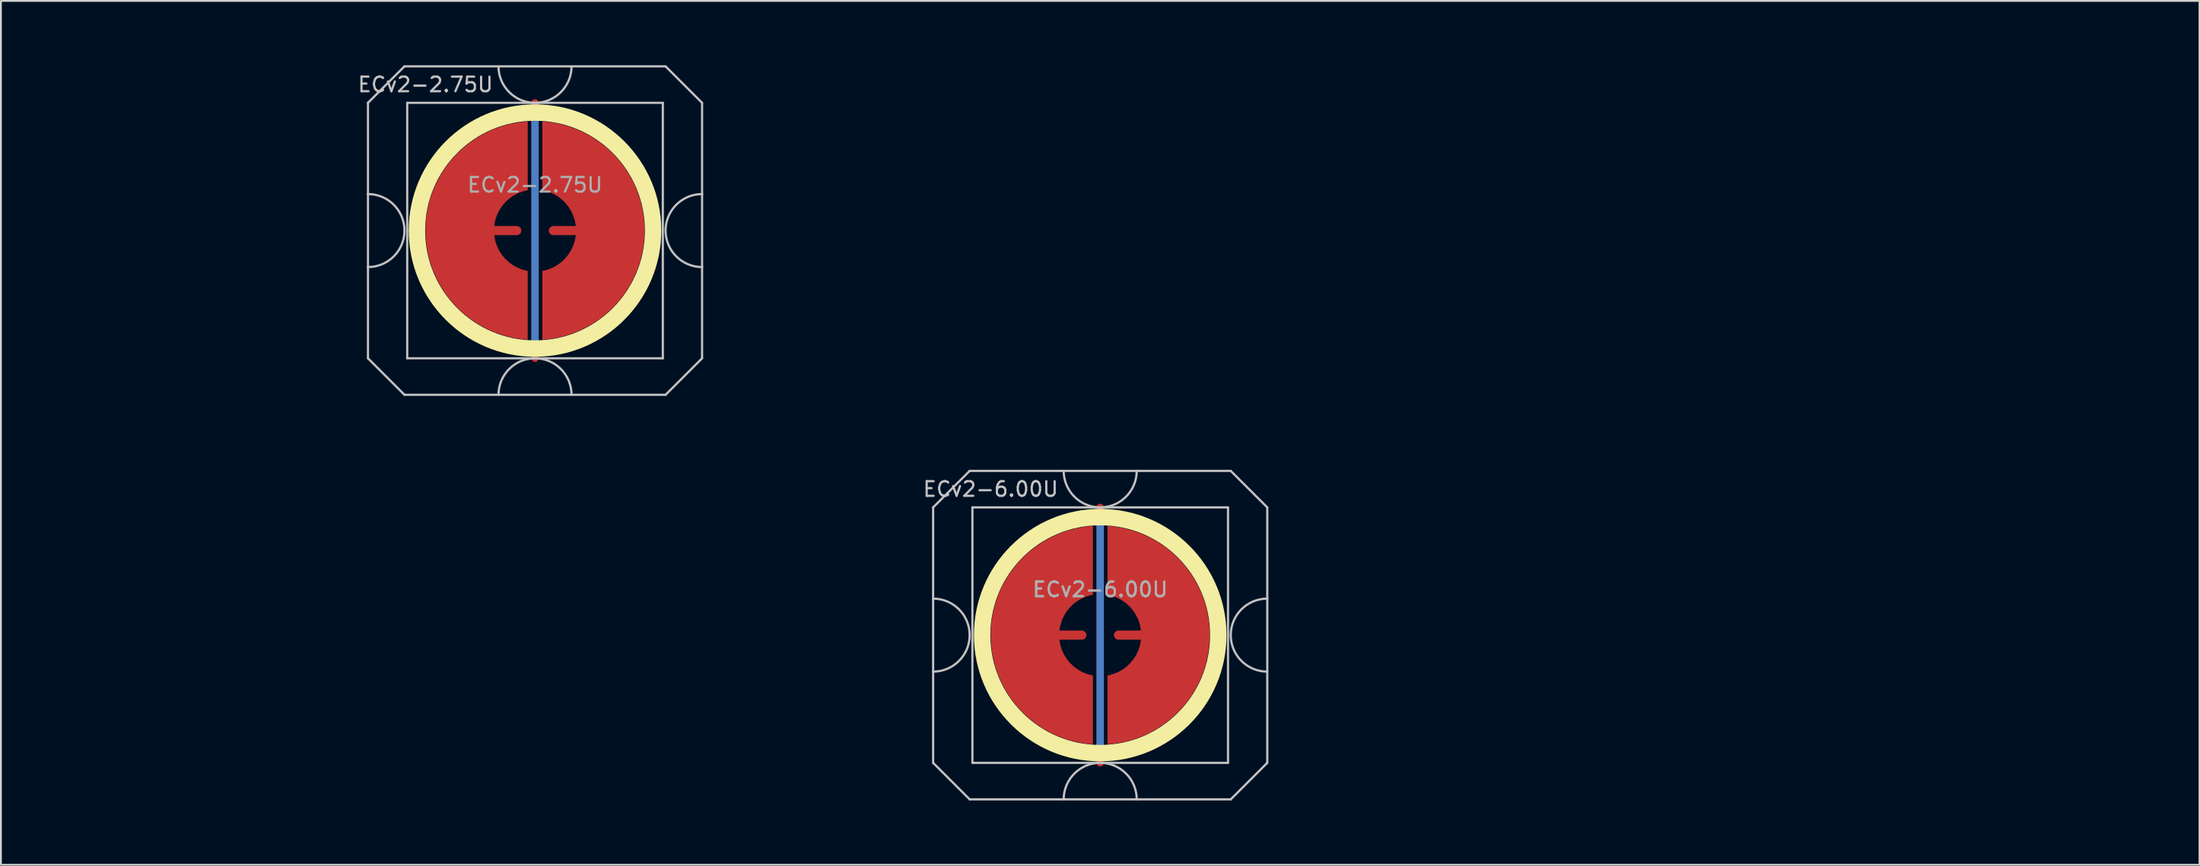
<source format=kicad_pcb>
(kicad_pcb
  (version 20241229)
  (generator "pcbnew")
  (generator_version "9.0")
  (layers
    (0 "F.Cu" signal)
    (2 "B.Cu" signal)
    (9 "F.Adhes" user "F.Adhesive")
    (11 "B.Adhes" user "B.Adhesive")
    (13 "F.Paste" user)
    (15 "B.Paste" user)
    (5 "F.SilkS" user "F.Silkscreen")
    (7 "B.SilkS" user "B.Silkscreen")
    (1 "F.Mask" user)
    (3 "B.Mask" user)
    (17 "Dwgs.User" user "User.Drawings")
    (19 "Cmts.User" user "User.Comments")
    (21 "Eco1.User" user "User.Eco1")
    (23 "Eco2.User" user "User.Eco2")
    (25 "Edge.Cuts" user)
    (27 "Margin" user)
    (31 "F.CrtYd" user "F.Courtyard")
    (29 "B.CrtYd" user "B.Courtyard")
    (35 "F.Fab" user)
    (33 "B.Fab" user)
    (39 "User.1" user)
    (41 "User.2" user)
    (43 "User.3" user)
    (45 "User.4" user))
  (footprint "ECv2-2.75U"
    (layer "F.Cu")
    (at 26.254 9.585)
    (property "Reference" "ECv2-2.75U" (at -6 -8 0) (layer "Dwgs.User") (effects (font (size 0.8 0.8) (thickness 0.12))))
    (attr smd exclude_from_pos_files exclude_from_bom)
    (fp_circle (center 0 0) (end 6.467 0) (stroke (width 0.9) (type solid)) (fill no) (layer "F.SilkS"))
    (fp_line (start -9.15 -7) (end -9.15 -2) (stroke (width 0.12) (type solid)) (layer "Dwgs.User"))
    (fp_line (start -9.15 -2) (end -9.15 2) (stroke (width 0.12) (type solid)) (layer "Dwgs.User"))
    (fp_line (start -9.15 2) (end -9.15 7) (stroke (width 0.12) (type solid)) (layer "Dwgs.User"))
    (fp_line (start -9.15 7) (end -7.15 9) (stroke (width 0.12) (type solid)) (layer "Dwgs.User"))
    (fp_line (start -7.15 -9) (end -9.15 -7) (stroke (width 0.12) (type solid)) (layer "Dwgs.User"))
    (fp_line (start -7.15 9) (end 7.15 9) (stroke (width 0.12) (type solid)) (layer "Dwgs.User"))
    (fp_line (start -7 -7) (end -7 7) (stroke (width 0.12) (type solid)) (layer "Dwgs.User"))
    (fp_line (start -7 7) (end 7 7) (stroke (width 0.12) (type solid)) (layer "Dwgs.User"))
    (fp_line (start 7 -7) (end -7 -7) (stroke (width 0.12) (type solid)) (layer "Dwgs.User"))
    (fp_line (start 7 7) (end 7 -7) (stroke (width 0.12) (type solid)) (layer "Dwgs.User"))
    (fp_line (start 7.15 -9) (end -7.15 -9) (stroke (width 0.12) (type solid)) (layer "Dwgs.User"))
    (fp_line (start 7.15 -9) (end 9.15 -7) (stroke (width 0.12) (type solid)) (layer "Dwgs.User"))
    (fp_line (start 7.15 9) (end 9.15 7) (stroke (width 0.12) (type solid)) (layer "Dwgs.User"))
    (fp_line (start 9.15 -2) (end 9.15 -7) (stroke (width 0.12) (type solid)) (layer "Dwgs.User"))
    (fp_line (start 9.15 -2) (end 9.15 2) (stroke (width 0.12) (type solid)) (layer "Dwgs.User"))
    (fp_line (start 9.15 7) (end 9.15 2) (stroke (width 0.12) (type solid)) (layer "Dwgs.User"))
    (fp_arc (start -9.15 -2) (mid -7.15 0) (end -9.15 2) (stroke (width 0.12) (type solid)) (layer "Dwgs.User"))
    (fp_arc (start -2 9) (mid 0 7) (end 2 9) (stroke (width 0.12) (type solid)) (layer "Dwgs.User"))
    (fp_arc (start 2 -9) (mid 0 -7) (end -2 -9) (stroke (width 0.12) (type solid)) (layer "Dwgs.User"))
    (fp_arc (start 9.15 2) (mid 7.15 0) (end 9.15 -2) (stroke (width 0.12) (type solid)) (layer "Dwgs.User"))
    (fp_line (start -26.194 -9.525) (end -26.194 9.525) (stroke (width 0.12) (type solid)) (layer "User.2"))
    (fp_line (start -26.194 -9.525) (end 26.194 -9.525) (stroke (width 0.12) (type solid)) (layer "User.2"))
    (fp_line (start -26.194 9.525) (end 26.194 9.525) (stroke (width 0.12) (type solid)) (layer "User.2"))
    (fp_line (start 26.194 -9.525) (end 26.194 9.525) (stroke (width 0.12) (type solid)) (layer "User.2"))
    (fp_text user "${REFERENCE}" (at 0 -2.5 0) (layer "F.Fab") (effects (font (size 0.8 0.8) (thickness 0.12))))
    (pad "1" smd custom (at -1 0) (size 0.4 0.4) (layers "F.Cu") (options (anchor circle)) (primitives (gr_poly (pts (xy 0.6 -2.214) (xy 0.32 -2.145) (xy 0.052 -2.041) (xy -0.201 -1.903) (xy -0.434 -1.734) (xy -0.644 -1.536) (xy -0.826 -1.314) (xy -0.979 -1.07) (xy -1.1 -0.808) (xy -1.186 -0.534) (xy -1.236 -0.25) (xy 0 -0.25) (xy 0.096 -0.231) (xy 0.177 -0.177) (xy 0.231 -0.096) (xy 0.25 0) (xy 0.231 0.096) (xy 0.177 0.177) (xy 0.096 0.231) (xy 0 0.25) (xy -1.236 0.25) (xy -1.186 0.534) (xy -1.1 0.808) (xy -0.979 1.07) (xy -0.826 1.314) (xy -0.644 1.536) (xy -0.434 1.734) (xy -0.201 1.903) (xy 0.052 2.041) (xy 0.32 2.145) (xy 0.6 2.214) (xy 0.6 5.987) (xy 0.115 5.934) (xy -0.364 5.843) (xy -0.834 5.713) (xy -1.292 5.545) (xy -1.735 5.341) (xy -2.159 5.101) (xy -2.563 4.827) (xy -2.943 4.522) (xy -3.298 4.187) (xy -3.623 3.824) (xy -3.919 3.436) (xy -4.182 3.025) (xy -4.41 2.594) (xy -4.603 2.147) (xy -4.759 1.684) (xy -4.876 1.211) (xy -4.955 0.73) (xy -4.995 0.244) (xy -4.995 -0.244) (xy -4.955 -0.73) (xy -4.876 -1.211) (xy -4.759 -1.684) (xy -4.603 -2.147) (xy -4.41 -2.594) (xy -4.182 -3.025) (xy -3.919 -3.436) (xy -3.623 -3.824) (xy -3.298 -4.187) (xy -2.943 -4.522) (xy -2.563 -4.827) (xy -2.159 -5.101) (xy -1.735 -5.341) (xy -1.292 -5.545) (xy -0.834 -5.713) (xy -0.364 -5.843) (xy 0.115 -5.934) (xy 0.6 -5.987)) (width 0) (fill yes))))
    (pad "2" smd custom (at 1 0 180) (size 0.4 0.4) (layers "F.Cu") (options (anchor circle)) (primitives (gr_poly (pts (xy 0.6 -2.214) (xy 0.32 -2.145) (xy 0.052 -2.041) (xy -0.201 -1.903) (xy -0.434 -1.734) (xy -0.644 -1.536) (xy -0.826 -1.314) (xy -0.979 -1.07) (xy -1.1 -0.808) (xy -1.186 -0.534) (xy -1.236 -0.25) (xy 0 -0.25) (xy 0.096 -0.231) (xy 0.177 -0.177) (xy 0.231 -0.096) (xy 0.25 0) (xy 0.231 0.096) (xy 0.177 0.177) (xy 0.096 0.231) (xy 0 0.25) (xy -1.236 0.25) (xy -1.186 0.534) (xy -1.1 0.808) (xy -0.979 1.07) (xy -0.826 1.314) (xy -0.644 1.536) (xy -0.434 1.734) (xy -0.201 1.903) (xy 0.052 2.041) (xy 0.32 2.145) (xy 0.6 2.214) (xy 0.6 5.987) (xy 0.115 5.934) (xy -0.364 5.843) (xy -0.834 5.713) (xy -1.292 5.545) (xy -1.735 5.341) (xy -2.159 5.101) (xy -2.563 4.827) (xy -2.943 4.522) (xy -3.298 4.187) (xy -3.623 3.824) (xy -3.919 3.436) (xy -4.182 3.025) (xy -4.41 2.594) (xy -4.603 2.147) (xy -4.759 1.684) (xy -4.876 1.211) (xy -4.955 0.73) (xy -4.995 0.244) (xy -4.995 -0.244) (xy -4.955 -0.73) (xy -4.876 -1.211) (xy -4.759 -1.684) (xy -4.603 -2.147) (xy -4.41 -2.594) (xy -4.182 -3.025) (xy -3.919 -3.436) (xy -3.623 -3.824) (xy -3.298 -4.187) (xy -2.943 -4.522) (xy -2.563 -4.827) (xy -2.159 -5.101) (xy -1.735 -5.341) (xy -1.292 -5.545) (xy -0.834 -5.713) (xy -0.364 -5.843) (xy 0.115 -5.934) (xy 0.6 -5.987)) (width 0) (fill yes))))
    (pad "3" smd custom (at 0 0) (size 0.4 0.4) (layers "F.Cu") (options (anchor rect)) (primitives (gr_line (start 0 -7) (end 0 7) (width 0.4))))
    (pad "3" smd custom (at 0 0) (size 0.4 0.4) (layers "B.Cu") (options (anchor rect)) (primitives (gr_line (start 0 -6.5) (end 0 6.5) (width 0.4))))
    (zone (net_name "") (layer "F.Cu") (hatch edge 0.508) (connect_pads) (min_thickness 0.254) (filled_areas_thickness no) (keepout (tracks allowed) (vias allowed) (pads allowed) (copperpour not_allowed) (footprints allowed)) (placement (enabled no)) (fill) (polygon (pts (xy 33.259 9.585) (xy 33.24 9.072) (xy 33.184 8.562) (xy 33.09 8.057) (xy 32.96 7.56) (xy 32.793 7.075) (xy 32.592 6.602) (xy 32.357 6.146) (xy 32.088 5.709) (xy 31.789 5.292) (xy 31.459 4.898) (xy 31.102 4.529) (xy 30.719 4.188) (xy 30.312 3.875) (xy 29.882 3.593) (xy 29.434 3.344) (xy 28.968 3.127) (xy 28.488 2.946) (xy 27.996 2.8) (xy 27.494 2.691) (xy 26.986 2.618) (xy 26.474 2.584) (xy 25.96 2.586) (xy 25.449 2.627) (xy 24.941 2.704) (xy 24.441 2.819) (xy 23.95 2.97) (xy 23.472 3.156) (xy 23.008 3.377) (xy 22.562 3.632) (xy 22.136 3.918) (xy 21.732 4.235) (xy 21.353 4.58) (xy 20.999 4.953) (xy 20.674 5.35) (xy 20.379 5.77) (xy 20.115 6.21) (xy 19.885 6.669) (xy 19.688 7.143) (xy 19.527 7.631) (xy 19.402 8.129) (xy 19.314 8.634) (xy 19.263 9.145) (xy 19.249 9.658) (xy 19.273 10.171) (xy 19.335 10.681) (xy 19.434 11.185) (xy 19.569 11.68) (xy 19.741 12.164) (xy 19.947 12.634) (xy 20.187 13.087) (xy 20.46 13.522) (xy 20.764 13.936) (xy 21.097 14.326) (xy 21.459 14.691) (xy 21.845 15.029) (xy 22.256 15.337) (xy 22.688 15.614) (xy 23.139 15.859) (xy 23.607 16.071) (xy 24.089 16.247) (xy 24.583 16.388) (xy 25.086 16.492) (xy 25.595 16.559) (xy 26.107 16.588) (xy 26.62 16.58) (xy 27.132 16.535) (xy 27.638 16.452) (xy 28.138 16.332) (xy 28.627 16.176) (xy 29.103 15.984) (xy 29.564 15.758) (xy 30.007 15.499) (xy 30.43 15.209) (xy 30.831 14.888) (xy 31.207 14.538) (xy 31.556 14.162) (xy 31.877 13.761) (xy 32.168 13.338) (xy 32.427 12.895) (xy 32.653 12.434) (xy 32.845 11.958) (xy 33.001 11.469) (xy 33.12 10.97) (xy 33.203 10.463) (xy 33.249 9.952))))
    (zone (net_name "") (layer "B.Cu") (hatch edge 0.508) (connect_pads) (min_thickness 0.254) (filled_areas_thickness no) (keepout (tracks allowed) (vias allowed) (pads allowed) (copperpour not_allowed) (footprints allowed)) (placement (enabled no)) (fill) (polygon (pts (xy 32.812 9.585) (xy 32.792 9.07) (xy 32.731 8.559) (xy 32.631 8.054) (xy 32.491 7.558) (xy 32.313 7.075) (xy 32.097 6.608) (xy 31.846 6.158) (xy 31.559 5.73) (xy 31.241 5.326) (xy 30.891 4.948) (xy 30.513 4.598) (xy 30.109 4.279) (xy 29.68 3.993) (xy 29.231 3.742) (xy 28.763 3.526) (xy 28.28 3.348) (xy 27.785 3.208) (xy 27.28 3.107) (xy 26.768 3.047) (xy 26.254 3.027) (xy 25.739 3.047) (xy 25.228 3.107) (xy 24.723 3.208) (xy 24.227 3.348) (xy 23.744 3.526) (xy 23.276 3.742) (xy 22.827 3.993) (xy 22.399 4.279) (xy 21.995 4.598) (xy 21.616 4.948) (xy 21.267 5.326) (xy 20.948 5.73) (xy 20.662 6.158) (xy 20.41 6.608) (xy 20.195 7.075) (xy 20.016 7.558) (xy 19.877 8.054) (xy 19.776 8.559) (xy 19.716 9.07) (xy 19.695 9.585) (xy 19.716 10.1) (xy 19.776 10.611) (xy 19.877 11.116) (xy 20.016 11.612) (xy 20.195 12.095) (xy 20.41 12.562) (xy 20.662 13.012) (xy 20.948 13.44) (xy 21.267 13.844) (xy 21.616 14.222) (xy 21.995 14.572) (xy 22.399 14.891) (xy 22.827 15.177) (xy 23.276 15.428) (xy 23.744 15.644) (xy 24.227 15.822) (xy 24.723 15.962) (xy 25.228 16.063) (xy 25.739 16.123) (xy 26.254 16.143) (xy 26.768 16.123) (xy 27.28 16.063) (xy 27.785 15.962) (xy 28.28 15.822) (xy 28.763 15.644) (xy 29.231 15.428) (xy 29.68 15.177) (xy 30.109 14.891) (xy 30.513 14.572) (xy 30.891 14.222) (xy 31.241 13.844) (xy 31.559 13.44) (xy 31.846 13.012) (xy 32.097 12.562) (xy 32.313 12.095) (xy 32.491 11.612) (xy 32.631 11.116) (xy 32.731 10.611) (xy 32.792 10.1)))))
  (footprint "ECv2-6.00U"
    (layer "F.Cu")
    (at 57.21 31.755)
    (property "Reference" "ECv2-6.00U" (at -6 -8 0) (layer "Dwgs.User") (effects (font (size 0.8 0.8) (thickness 0.12))))
    (attr smd exclude_from_pos_files exclude_from_bom)
    (fp_circle (center 0 0) (end 6.467 0) (stroke (width 0.9) (type solid)) (fill no) (layer "F.SilkS"))
    (fp_line (start -9.15 -7) (end -9.15 -2) (stroke (width 0.12) (type solid)) (layer "Dwgs.User"))
    (fp_line (start -9.15 -2) (end -9.15 2) (stroke (width 0.12) (type solid)) (layer "Dwgs.User"))
    (fp_line (start -9.15 2) (end -9.15 7) (stroke (width 0.12) (type solid)) (layer "Dwgs.User"))
    (fp_line (start -9.15 7) (end -7.15 9) (stroke (width 0.12) (type solid)) (layer "Dwgs.User"))
    (fp_line (start -7.15 -9) (end -9.15 -7) (stroke (width 0.12) (type solid)) (layer "Dwgs.User"))
    (fp_line (start -7.15 9) (end 7.15 9) (stroke (width 0.12) (type solid)) (layer "Dwgs.User"))
    (fp_line (start -7 -7) (end -7 7) (stroke (width 0.12) (type solid)) (layer "Dwgs.User"))
    (fp_line (start -7 7) (end 7 7) (stroke (width 0.12) (type solid)) (layer "Dwgs.User"))
    (fp_line (start 7 -7) (end -7 -7) (stroke (width 0.12) (type solid)) (layer "Dwgs.User"))
    (fp_line (start 7 7) (end 7 -7) (stroke (width 0.12) (type solid)) (layer "Dwgs.User"))
    (fp_line (start 7.15 -9) (end -7.15 -9) (stroke (width 0.12) (type solid)) (layer "Dwgs.User"))
    (fp_line (start 7.15 -9) (end 9.15 -7) (stroke (width 0.12) (type solid)) (layer "Dwgs.User"))
    (fp_line (start 7.15 9) (end 9.15 7) (stroke (width 0.12) (type solid)) (layer "Dwgs.User"))
    (fp_line (start 9.15 -2) (end 9.15 -7) (stroke (width 0.12) (type solid)) (layer "Dwgs.User"))
    (fp_line (start 9.15 -2) (end 9.15 2) (stroke (width 0.12) (type solid)) (layer "Dwgs.User"))
    (fp_line (start 9.15 7) (end 9.15 2) (stroke (width 0.12) (type solid)) (layer "Dwgs.User"))
    (fp_arc (start -9.15 -2) (mid -7.15 0) (end -9.15 2) (stroke (width 0.12) (type solid)) (layer "Dwgs.User"))
    (fp_arc (start -2 9) (mid 0 7) (end 2 9) (stroke (width 0.12) (type solid)) (layer "Dwgs.User"))
    (fp_arc (start 2 -9) (mid 0 -7) (end -2 -9) (stroke (width 0.12) (type solid)) (layer "Dwgs.User"))
    (fp_arc (start 9.15 2) (mid 7.15 0) (end 9.15 -2) (stroke (width 0.12) (type solid)) (layer "Dwgs.User"))
    (fp_line (start -57.15 -9.525) (end -57.15 9.525) (stroke (width 0.12) (type solid)) (layer "User.2"))
    (fp_line (start -57.15 -9.525) (end 57.15 -9.525) (stroke (width 0.12) (type solid)) (layer "User.2"))
    (fp_line (start -57.15 9.525) (end 57.15 9.525) (stroke (width 0.12) (type solid)) (layer "User.2"))
    (fp_line (start 57.15 -9.525) (end 57.15 9.525) (stroke (width 0.12) (type solid)) (layer "User.2"))
    (fp_text user "${REFERENCE}" (at 0 -2.5 0) (layer "F.Fab") (effects (font (size 0.8 0.8) (thickness 0.12))))
    (fp_text user "${REFERENCE}" (at 0 -2.5 0) (layer "F.Fab") (effects (font (size 0.8 0.8) (thickness 0.12))))
    (pad "1" smd custom (at -1 0) (size 0.4 0.4) (layers "F.Cu") (options (anchor circle)) (primitives (gr_poly (pts (xy 0.6 -2.214) (xy 0.32 -2.145) (xy 0.052 -2.041) (xy -0.201 -1.903) (xy -0.434 -1.734) (xy -0.644 -1.536) (xy -0.826 -1.314) (xy -0.979 -1.07) (xy -1.1 -0.808) (xy -1.186 -0.534) (xy -1.236 -0.25) (xy 0 -0.25) (xy 0.096 -0.231) (xy 0.177 -0.177) (xy 0.231 -0.096) (xy 0.25 0) (xy 0.231 0.096) (xy 0.177 0.177) (xy 0.096 0.231) (xy 0 0.25) (xy -1.236 0.25) (xy -1.186 0.534) (xy -1.1 0.808) (xy -0.979 1.07) (xy -0.826 1.314) (xy -0.644 1.536) (xy -0.434 1.734) (xy -0.201 1.903) (xy 0.052 2.041) (xy 0.32 2.145) (xy 0.6 2.214) (xy 0.6 5.987) (xy 0.115 5.934) (xy -0.364 5.843) (xy -0.834 5.713) (xy -1.292 5.545) (xy -1.735 5.341) (xy -2.159 5.101) (xy -2.563 4.827) (xy -2.943 4.522) (xy -3.298 4.187) (xy -3.623 3.824) (xy -3.919 3.436) (xy -4.182 3.025) (xy -4.41 2.594) (xy -4.603 2.147) (xy -4.759 1.684) (xy -4.876 1.211) (xy -4.955 0.73) (xy -4.995 0.244) (xy -4.995 -0.244) (xy -4.955 -0.73) (xy -4.876 -1.211) (xy -4.759 -1.684) (xy -4.603 -2.147) (xy -4.41 -2.594) (xy -4.182 -3.025) (xy -3.919 -3.436) (xy -3.623 -3.824) (xy -3.298 -4.187) (xy -2.943 -4.522) (xy -2.563 -4.827) (xy -2.159 -5.101) (xy -1.735 -5.341) (xy -1.292 -5.545) (xy -0.834 -5.713) (xy -0.364 -5.843) (xy 0.115 -5.934) (xy 0.6 -5.987)) (width 0) (fill yes))))
    (pad "2" smd custom (at 1 0 180) (size 0.4 0.4) (layers "F.Cu") (options (anchor circle)) (primitives (gr_poly (pts (xy 0.6 -2.214) (xy 0.32 -2.145) (xy 0.052 -2.041) (xy -0.201 -1.903) (xy -0.434 -1.734) (xy -0.644 -1.536) (xy -0.826 -1.314) (xy -0.979 -1.07) (xy -1.1 -0.808) (xy -1.186 -0.534) (xy -1.236 -0.25) (xy 0 -0.25) (xy 0.096 -0.231) (xy 0.177 -0.177) (xy 0.231 -0.096) (xy 0.25 0) (xy 0.231 0.096) (xy 0.177 0.177) (xy 0.096 0.231) (xy 0 0.25) (xy -1.236 0.25) (xy -1.186 0.534) (xy -1.1 0.808) (xy -0.979 1.07) (xy -0.826 1.314) (xy -0.644 1.536) (xy -0.434 1.734) (xy -0.201 1.903) (xy 0.052 2.041) (xy 0.32 2.145) (xy 0.6 2.214) (xy 0.6 5.987) (xy 0.115 5.934) (xy -0.364 5.843) (xy -0.834 5.713) (xy -1.292 5.545) (xy -1.735 5.341) (xy -2.159 5.101) (xy -2.563 4.827) (xy -2.943 4.522) (xy -3.298 4.187) (xy -3.623 3.824) (xy -3.919 3.436) (xy -4.182 3.025) (xy -4.41 2.594) (xy -4.603 2.147) (xy -4.759 1.684) (xy -4.876 1.211) (xy -4.955 0.73) (xy -4.995 0.244) (xy -4.995 -0.244) (xy -4.955 -0.73) (xy -4.876 -1.211) (xy -4.759 -1.684) (xy -4.603 -2.147) (xy -4.41 -2.594) (xy -4.182 -3.025) (xy -3.919 -3.436) (xy -3.623 -3.824) (xy -3.298 -4.187) (xy -2.943 -4.522) (xy -2.563 -4.827) (xy -2.159 -5.101) (xy -1.735 -5.341) (xy -1.292 -5.545) (xy -0.834 -5.713) (xy -0.364 -5.843) (xy 0.115 -5.934) (xy 0.6 -5.987)) (width 0) (fill yes))))
    (pad "3" smd custom (at 0 0) (size 0.4 0.4) (layers "F.Cu") (options (anchor rect)) (primitives (gr_line (start 0 -7) (end 0 7) (width 0.4))))
    (pad "3" smd custom (at 0 0) (size 0.4 0.4) (layers "B.Cu") (options (anchor rect)) (primitives (gr_line (start 0 -6.5) (end 0 6.5) (width 0.4))))
    (zone (net_name "") (layer "F.Cu") (hatch edge 0.508) (connect_pads) (min_thickness 0.254) (filled_areas_thickness no) (keepout (tracks allowed) (vias allowed) (pads allowed) (copperpour not_allowed) (footprints allowed)) (placement (enabled no)) (fill) (polygon (pts (xy 64.215 31.755) (xy 64.196 31.242) (xy 64.14 30.732) (xy 64.046 30.227) (xy 63.916 29.73) (xy 63.75 29.245) (xy 63.548 28.772) (xy 63.313 28.316) (xy 63.045 27.879) (xy 62.745 27.462) (xy 62.416 27.068) (xy 62.058 26.699) (xy 61.675 26.358) (xy 61.268 26.045) (xy 60.839 25.763) (xy 60.39 25.514) (xy 59.925 25.297) (xy 59.444 25.116) (xy 58.952 24.97) (xy 58.45 24.861) (xy 57.942 24.788) (xy 57.43 24.754) (xy 56.917 24.756) (xy 56.405 24.797) (xy 55.897 24.874) (xy 55.397 24.989) (xy 54.906 25.14) (xy 54.428 25.326) (xy 53.965 25.547) (xy 53.519 25.802) (xy 53.093 26.088) (xy 52.689 26.405) (xy 52.309 26.75) (xy 51.956 27.123) (xy 51.63 27.52) (xy 51.335 27.94) (xy 51.072 28.38) (xy 50.841 28.839) (xy 50.644 29.313) (xy 50.483 29.801) (xy 50.358 30.299) (xy 50.27 30.804) (xy 50.219 31.315) (xy 50.205 31.828) (xy 50.23 32.341) (xy 50.291 32.851) (xy 50.39 33.355) (xy 50.526 33.85) (xy 50.697 34.334) (xy 50.903 34.804) (xy 51.144 35.257) (xy 51.416 35.692) (xy 51.72 36.106) (xy 52.054 36.496) (xy 52.415 36.861) (xy 52.802 37.199) (xy 53.212 37.507) (xy 53.644 37.784) (xy 54.095 38.029) (xy 54.563 38.241) (xy 55.045 38.417) (xy 55.539 38.558) (xy 56.042 38.662) (xy 56.551 38.729) (xy 57.063 38.758) (xy 57.577 38.75) (xy 58.088 38.705) (xy 58.595 38.622) (xy 59.094 38.502) (xy 59.583 38.346) (xy 60.059 38.154) (xy 60.52 37.928) (xy 60.963 37.669) (xy 61.386 37.379) (xy 61.787 37.058) (xy 62.163 36.708) (xy 62.513 36.332) (xy 62.834 35.931) (xy 63.124 35.508) (xy 63.383 35.065) (xy 63.609 34.604) (xy 63.801 34.128) (xy 63.957 33.639) (xy 64.077 33.14) (xy 64.16 32.633) (xy 64.205 32.122))))
    (zone (net_name "") (layer "B.Cu") (hatch edge 0.508) (connect_pads) (min_thickness 0.254) (filled_areas_thickness no) (keepout (tracks allowed) (vias allowed) (pads allowed) (copperpour not_allowed) (footprints allowed)) (placement (enabled no)) (fill) (polygon (pts (xy 63.768 31.755) (xy 63.748 31.24) (xy 63.688 30.729) (xy 63.587 30.224) (xy 63.447 29.728) (xy 63.269 29.245) (xy 63.053 28.778) (xy 62.802 28.328) (xy 62.516 27.9) (xy 62.197 27.496) (xy 61.847 27.118) (xy 61.469 26.768) (xy 61.065 26.449) (xy 60.637 26.163) (xy 60.187 25.912) (xy 59.72 25.696) (xy 59.237 25.518) (xy 58.741 25.378) (xy 58.236 25.277) (xy 57.725 25.217) (xy 57.21 25.197) (xy 56.695 25.217) (xy 56.184 25.277) (xy 55.679 25.378) (xy 55.183 25.518) (xy 54.7 25.696) (xy 54.233 25.912) (xy 53.783 26.163) (xy 53.355 26.449) (xy 52.951 26.768) (xy 52.573 27.118) (xy 52.223 27.496) (xy 51.904 27.9) (xy 51.618 28.328) (xy 51.367 28.778) (xy 51.151 29.245) (xy 50.973 29.728) (xy 50.833 30.224) (xy 50.732 30.729) (xy 50.672 31.24) (xy 50.652 31.755) (xy 50.672 32.27) (xy 50.732 32.781) (xy 50.833 33.286) (xy 50.973 33.782) (xy 51.151 34.265) (xy 51.367 34.732) (xy 51.618 35.182) (xy 51.904 35.61) (xy 52.223 36.014) (xy 52.573 36.392) (xy 52.951 36.742) (xy 53.355 37.061) (xy 53.783 37.347) (xy 54.233 37.598) (xy 54.7 37.814) (xy 55.183 37.992) (xy 55.679 38.132) (xy 56.184 38.233) (xy 56.695 38.293) (xy 57.21 38.313) (xy 57.725 38.293) (xy 58.236 38.233) (xy 58.741 38.132) (xy 59.237 37.992) (xy 59.72 37.814) (xy 60.187 37.598) (xy 60.637 37.347) (xy 61.065 37.061) (xy 61.469 36.742) (xy 61.847 36.392) (xy 62.197 36.014) (xy 62.516 35.61) (xy 62.802 35.182) (xy 63.053 34.732) (xy 63.269 34.265) (xy 63.447 33.782) (xy 63.587 33.286) (xy 63.688 32.781) (xy 63.748 32.27)))))
  (gr_rect
    (start -3 -3)
    (end 117.42 44.34)
    (stroke (width 0.1) (type default))
    (fill no)
    (layer "Edge.Cuts")))
</source>
